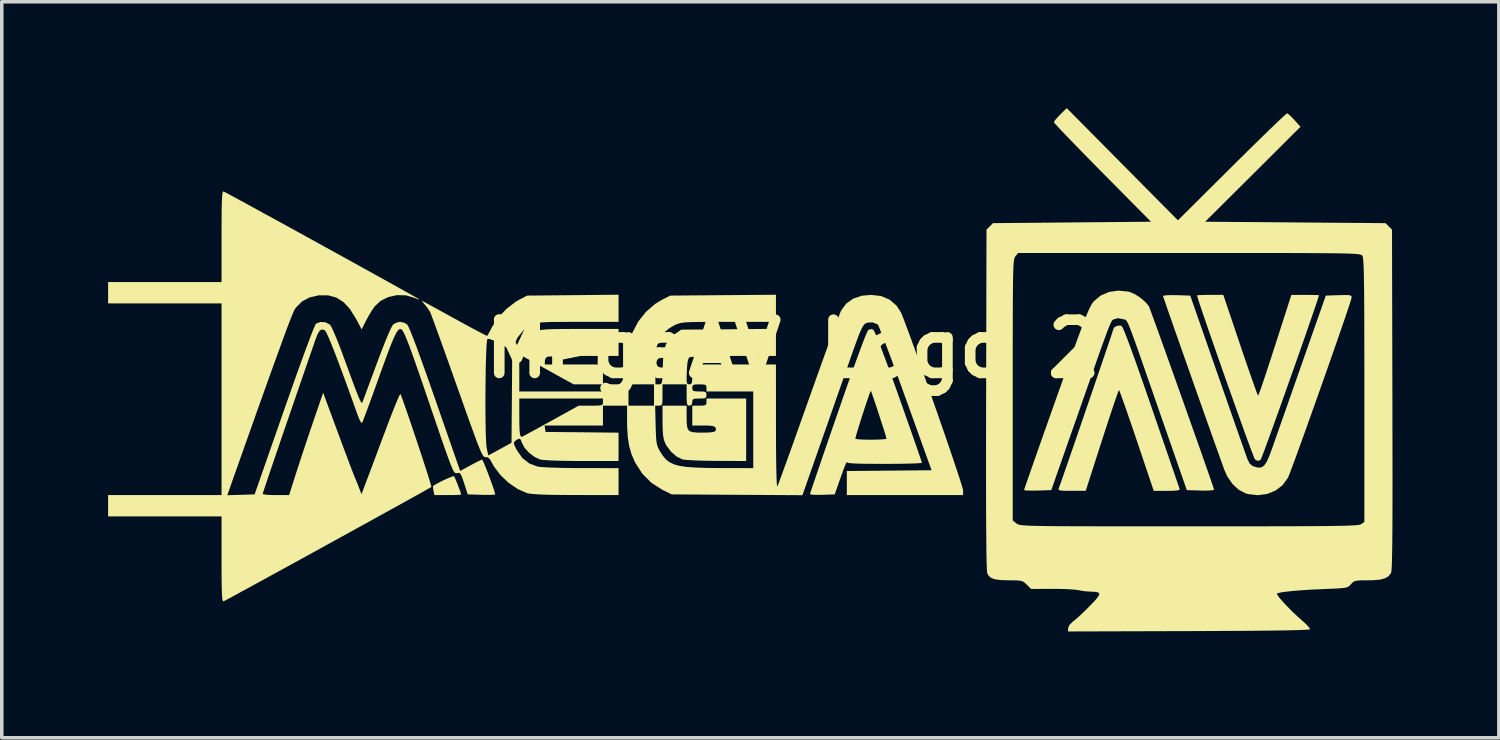
<source format=kicad_pcb>
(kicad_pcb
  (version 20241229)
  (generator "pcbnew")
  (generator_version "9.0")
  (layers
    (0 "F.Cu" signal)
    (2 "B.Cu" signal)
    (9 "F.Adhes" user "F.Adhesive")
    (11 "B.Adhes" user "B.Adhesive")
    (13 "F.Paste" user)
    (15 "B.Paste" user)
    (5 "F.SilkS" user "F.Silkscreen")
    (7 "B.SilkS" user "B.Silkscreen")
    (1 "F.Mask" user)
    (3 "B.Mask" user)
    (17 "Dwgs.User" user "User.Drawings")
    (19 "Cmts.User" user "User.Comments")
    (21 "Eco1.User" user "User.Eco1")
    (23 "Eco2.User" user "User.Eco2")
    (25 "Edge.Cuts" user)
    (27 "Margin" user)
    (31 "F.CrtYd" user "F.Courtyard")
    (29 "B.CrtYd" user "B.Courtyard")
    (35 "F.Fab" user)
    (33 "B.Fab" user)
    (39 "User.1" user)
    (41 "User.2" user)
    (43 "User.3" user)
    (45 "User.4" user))
  (footprint "MegaAV Logo 2"
    (layer "F.Cu")
    (at 19.32 6.791)
    (property "Reference" "MegaAV Logo 2" (at 0 0 0) (layer "F.SilkS") (effects (font (size 1.5 1.5) (thickness 0.3))))
    (attr board_only exclude_from_pos_files exclude_from_bom)
    (fp_poly (pts (xy -9.561 3.593) (xy -9.536 3.642) (xy -9.494 3.74) (xy -9.446 3.862) (xy -9.401 3.981) (xy -9.369 4.073) (xy -9.36 4.11) (xy -9.397 4.117) (xy -9.497 4.123) (xy -9.641 4.126) (xy -9.737 4.126) (xy -10.114 4.126) (xy -10.141 4.003) (xy -10.155 3.915) (xy -10.154 3.871) (xy -10.154 3.87) (xy -10.071 3.817) (xy -9.954 3.755) (xy -9.824 3.691) (xy -9.702 3.637) (xy -9.608 3.601) (xy -9.562 3.593)) (stroke (width 0) (type solid)) (fill yes) (layer "F.SilkS"))
    (fp_poly (pts (xy -1.32 2.284) (xy -1.32 3.165) (xy -2.15 3.161) (xy -2.409 3.158) (xy -2.649 3.152) (xy -2.856 3.143) (xy -3.014 3.133) (xy -3.11 3.121) (xy -3.12 3.118) (xy -3.283 3.038) (xy -3.441 2.901) (xy -3.569 2.73) (xy -3.604 2.664) (xy -3.64 2.567) (xy -3.662 2.449) (xy -3.675 2.291) (xy -3.679 2.073) (xy -3.679 2.053) (xy -3.68 1.603) (xy -3.34 1.603) (xy -3 1.603) (xy -3 1.906) (xy -2.997 2.103) (xy -2.978 2.233) (xy -2.932 2.311) (xy -2.844 2.349) (xy -2.702 2.362) (xy -2.561 2.364) (xy -2.371 2.36) (xy -2.251 2.347) (xy -2.188 2.32) (xy -2.172 2.275) (xy -2.184 2.227) (xy -2.213 2.194) (xy -2.28 2.174) (xy -2.399 2.165) (xy -2.524 2.163) (xy -2.84 2.163) (xy -2.84 1.883) (xy -2.84 1.603) (xy -2.64 1.603) (xy -2.521 1.599) (xy -2.462 1.583) (xy -2.442 1.543) (xy -2.44 1.502) (xy -2.44 1.402) (xy -1.88 1.402) (xy -1.32 1.402)) (stroke (width 0) (type solid)) (fill yes) (layer "F.SilkS"))
    (fp_poly (pts (xy 12.62 -0.101) (xy 12.729 0.22) (xy 12.83 0.515) (xy 12.921 0.776) (xy 12.999 0.996) (xy 13.06 1.166) (xy 13.102 1.277) (xy 13.122 1.321) (xy 13.123 1.322) (xy 13.14 1.285) (xy 13.179 1.18) (xy 13.236 1.016) (xy 13.309 0.801) (xy 13.394 0.542) (xy 13.49 0.249) (xy 13.593 -0.07) (xy 13.603 -0.099) (xy 14.06 -1.521) (xy 14.45 -1.522) (xy 14.615 -1.521) (xy 14.746 -1.519) (xy 14.824 -1.515) (xy 14.839 -1.512) (xy 14.824 -1.459) (xy 14.786 -1.338) (xy 14.726 -1.16) (xy 14.648 -0.932) (xy 14.554 -0.661) (xy 14.448 -0.355) (xy 14.332 -0.023) (xy 14.209 0.327) (xy 14.081 0.688) (xy 13.952 1.051) (xy 13.825 1.41) (xy 13.702 1.754) (xy 13.585 2.078) (xy 13.479 2.373) (xy 13.385 2.63) (xy 13.307 2.842) (xy 13.247 3.001) (xy 13.208 3.1) (xy 13.194 3.129) (xy 13.127 3.161) (xy 13.069 3.143) (xy 13.031 3.115) (xy 13.011 3.073) (xy 12.968 2.962) (xy 12.904 2.793) (xy 12.822 2.571) (xy 12.726 2.306) (xy 12.618 2.005) (xy 12.5 1.676) (xy 12.376 1.328) (xy 12.248 0.968) (xy 12.12 0.605) (xy 11.994 0.246) (xy 11.873 -0.101) (xy 11.759 -0.427) (xy 11.657 -0.725) (xy 11.567 -0.987) (xy 11.494 -1.204) (xy 11.44 -1.368) (xy 11.408 -1.473) (xy 11.4 -1.507) (xy 11.437 -1.514) (xy 11.537 -1.519) (xy 11.681 -1.522) (xy 11.77 -1.522) (xy 12.141 -1.522)) (stroke (width 0) (type solid)) (fill yes) (layer "F.SilkS"))
    (fp_poly (pts (xy 9.27 -0.646) (xy 9.298 -0.604) (xy 9.348 -0.494) (xy 9.419 -0.316) (xy 9.512 -0.068) (xy 9.627 0.25) (xy 9.766 0.641) (xy 9.928 1.105) (xy 10.115 1.645) (xy 10.116 1.649) (xy 10.256 2.056) (xy 10.389 2.442) (xy 10.512 2.799) (xy 10.622 3.12) (xy 10.718 3.399) (xy 10.797 3.629) (xy 10.857 3.803) (xy 10.896 3.914) (xy 10.91 3.956) (xy 10.899 3.981) (xy 10.836 3.996) (xy 10.711 4.004) (xy 10.553 4.006) (xy 10.178 4.006) (xy 9.699 2.585) (xy 9.591 2.264) (xy 9.489 1.969) (xy 9.399 1.708) (xy 9.321 1.488) (xy 9.26 1.318) (xy 9.218 1.207) (xy 9.198 1.163) (xy 9.197 1.162) (xy 9.18 1.199) (xy 9.142 1.304) (xy 9.085 1.468) (xy 9.012 1.683) (xy 8.926 1.942) (xy 8.83 2.234) (xy 8.727 2.553) (xy 8.717 2.583) (xy 8.26 4.004) (xy 7.866 4.005) (xy 7.686 4.005) (xy 7.572 4) (xy 7.512 3.988) (xy 7.492 3.967) (xy 7.498 3.936) (xy 7.526 3.86) (xy 7.576 3.72) (xy 7.644 3.524) (xy 7.728 3.281) (xy 7.826 2.999) (xy 7.934 2.686) (xy 8.05 2.35) (xy 8.17 1.998) (xy 8.293 1.64) (xy 8.416 1.283) (xy 8.535 0.935) (xy 8.647 0.605) (xy 8.751 0.3) (xy 8.843 0.029) (xy 8.921 -0.2) (xy 8.982 -0.38) (xy 9.022 -0.502) (xy 9.039 -0.558) (xy 9.04 -0.56) (xy 9.074 -0.615) (xy 9.152 -0.652) (xy 9.24 -0.657)) (stroke (width 0) (type solid)) (fill yes) (layer "F.SilkS"))
    (fp_poly (pts (xy 15.675 -1.516) (xy 15.733 -1.504) (xy 15.756 -1.48) (xy 15.76 -1.444) (xy 15.747 -1.393) (xy 15.709 -1.274) (xy 15.65 -1.095) (xy 15.572 -0.863) (xy 15.477 -0.588) (xy 15.369 -0.275) (xy 15.25 0.066) (xy 15.123 0.429) (xy 14.99 0.806) (xy 14.855 1.188) (xy 14.72 1.569) (xy 14.587 1.94) (xy 14.461 2.294) (xy 14.342 2.624) (xy 14.235 2.92) (xy 14.141 3.176) (xy 14.063 3.385) (xy 14.005 3.537) (xy 13.969 3.626) (xy 13.963 3.639) (xy 13.815 3.844) (xy 13.616 3.997) (xy 13.378 4.094) (xy 13.117 4.129) (xy 12.845 4.098) (xy 12.766 4.075) (xy 12.574 3.975) (xy 12.398 3.811) (xy 12.251 3.597) (xy 12.174 3.425) (xy 12.102 3.227) (xy 12.014 2.979) (xy 11.91 2.69) (xy 11.796 2.367) (xy 11.672 2.018) (xy 11.541 1.65) (xy 11.407 1.271) (xy 11.272 0.888) (xy 11.138 0.509) (xy 11.009 0.142) (xy 10.886 -0.207) (xy 10.773 -0.529) (xy 10.672 -0.817) (xy 10.586 -1.064) (xy 10.518 -1.261) (xy 10.469 -1.402) (xy 10.443 -1.479) (xy 10.44 -1.491) (xy 10.477 -1.505) (xy 10.577 -1.513) (xy 10.722 -1.516) (xy 10.824 -1.514) (xy 11.208 -1.502) (xy 11.983 0.721) (xy 12.126 1.13) (xy 12.262 1.52) (xy 12.389 1.884) (xy 12.505 2.214) (xy 12.607 2.505) (xy 12.693 2.748) (xy 12.759 2.935) (xy 12.803 3.061) (xy 12.822 3.113) (xy 12.882 3.234) (xy 12.963 3.302) (xy 13.017 3.324) (xy 13.128 3.351) (xy 13.217 3.344) (xy 13.293 3.293) (xy 13.363 3.19) (xy 13.437 3.026) (xy 13.518 2.809) (xy 13.564 2.678) (xy 13.633 2.48) (xy 13.722 2.226) (xy 13.828 1.926) (xy 13.947 1.587) (xy 14.075 1.222) (xy 14.21 0.838) (xy 14.348 0.445) (xy 14.356 0.421) (xy 15.032 -1.502) (xy 15.396 -1.514) (xy 15.568 -1.518)) (stroke (width 0) (type solid)) (fill yes) (layer "F.SilkS"))
    (fp_poly (pts (xy 2.268 -0.538) (xy 2.297 -0.49) (xy 2.351 -0.37) (xy 2.427 -0.182) (xy 2.523 0.069) (xy 2.639 0.379) (xy 2.773 0.745) (xy 2.922 1.162) (xy 2.987 1.345) (xy 3.116 1.711) (xy 3.237 2.054) (xy 3.347 2.366) (xy 3.443 2.641) (xy 3.523 2.871) (xy 3.584 3.048) (xy 3.623 3.165) (xy 3.639 3.214) (xy 3.639 3.215) (xy 3.601 3.223) (xy 3.493 3.23) (xy 3.327 3.236) (xy 3.111 3.241) (xy 2.857 3.244) (xy 2.58 3.245) (xy 2.246 3.244) (xy 1.984 3.242) (xy 1.789 3.237) (xy 1.651 3.229) (xy 1.566 3.219) (xy 1.524 3.205) (xy 1.518 3.195) (xy 1.505 3.211) (xy 1.471 3.291) (xy 1.42 3.421) (xy 1.359 3.591) (xy 1.347 3.626) (xy 1.178 4.106) (xy 0.829 4.118) (xy 0.673 4.12) (xy 0.554 4.115) (xy 0.488 4.104) (xy 0.481 4.098) (xy 0.493 4.055) (xy 0.53 3.944) (xy 0.589 3.77) (xy 0.667 3.54) (xy 0.762 3.262) (xy 0.872 2.94) (xy 0.995 2.583) (xy 1.012 2.534) (xy 1.76 2.534) (xy 1.797 2.546) (xy 1.898 2.556) (xy 2.047 2.562) (xy 2.2 2.564) (xy 2.377 2.561) (xy 2.519 2.555) (xy 2.612 2.544) (xy 2.639 2.534) (xy 2.627 2.485) (xy 2.595 2.377) (xy 2.547 2.225) (xy 2.488 2.043) (xy 2.424 1.846) (xy 2.36 1.651) (xy 2.3 1.472) (xy 2.249 1.325) (xy 2.213 1.224) (xy 2.197 1.185) (xy 2.181 1.216) (xy 2.146 1.309) (xy 2.098 1.449) (xy 2.039 1.623) (xy 1.977 1.814) (xy 1.914 2.008) (xy 1.857 2.192) (xy 1.809 2.35) (xy 1.775 2.468) (xy 1.76 2.53) (xy 1.76 2.534) (xy 1.012 2.534) (xy 1.128 2.197) (xy 1.27 1.789) (xy 1.271 1.787) (xy 1.458 1.246) (xy 1.624 0.776) (xy 1.768 0.375) (xy 1.888 0.046) (xy 1.985 -0.211) (xy 2.059 -0.395) (xy 2.108 -0.504) (xy 2.13 -0.537) (xy 2.218 -0.559)) (stroke (width 0) (type solid)) (fill yes) (layer "F.SilkS"))
    (fp_poly (pts (xy 9.45 -1.616) (xy 9.526 -1.596) (xy 9.659 -1.535) (xy 9.807 -1.437) (xy 9.94 -1.323) (xy 10.032 -1.215) (xy 10.042 -1.198) (xy 10.062 -1.148) (xy 10.106 -1.03) (xy 10.171 -0.853) (xy 10.254 -0.624) (xy 10.353 -0.35) (xy 10.465 -0.039) (xy 10.586 0.301) (xy 10.716 0.663) (xy 10.85 1.04) (xy 10.986 1.423) (xy 11.122 1.806) (xy 11.255 2.18) (xy 11.382 2.539) (xy 11.5 2.874) (xy 11.607 3.179) (xy 11.7 3.445) (xy 11.777 3.665) (xy 11.834 3.832) (xy 11.869 3.938) (xy 11.88 3.974) (xy 11.843 3.988) (xy 11.743 3.997) (xy 11.598 4) (xy 11.496 3.998) (xy 11.111 3.986) (xy 10.336 1.763) (xy 10.161 1.259) (xy 10.01 0.826) (xy 9.882 0.458) (xy 9.774 0.149) (xy 9.684 -0.106) (xy 9.61 -0.311) (xy 9.55 -0.473) (xy 9.503 -0.597) (xy 9.465 -0.687) (xy 9.434 -0.75) (xy 9.409 -0.791) (xy 9.388 -0.814) (xy 9.368 -0.826) (xy 9.347 -0.831) (xy 9.324 -0.835) (xy 9.303 -0.84) (xy 9.172 -0.864) (xy 9.068 -0.838) (xy 9.05 -0.831) (xy 9.034 -0.824) (xy 9.019 -0.814) (xy 9.002 -0.795) (xy 8.982 -0.762) (xy 8.957 -0.711) (xy 8.925 -0.636) (xy 8.884 -0.533) (xy 8.833 -0.398) (xy 8.77 -0.225) (xy 8.692 -0.01) (xy 8.599 0.252) (xy 8.488 0.567) (xy 8.358 0.938) (xy 8.206 1.37) (xy 8.031 1.869) (xy 7.843 2.404) (xy 7.288 3.986) (xy 6.904 3.998) (xy 6.74 4) (xy 6.611 3.997) (xy 6.534 3.989) (xy 6.52 3.982) (xy 6.533 3.94) (xy 6.571 3.829) (xy 6.631 3.656) (xy 6.712 3.425) (xy 6.81 3.144) (xy 6.925 2.818) (xy 7.053 2.455) (xy 7.193 2.059) (xy 7.342 1.638) (xy 7.43 1.39) (xy 7.611 0.882) (xy 7.767 0.443) (xy 7.902 0.068) (xy 8.016 -0.247) (xy 8.113 -0.509) (xy 8.194 -0.724) (xy 8.261 -0.896) (xy 8.317 -1.032) (xy 8.364 -1.137) (xy 8.404 -1.217) (xy 8.439 -1.277) (xy 8.472 -1.322) (xy 8.49 -1.344) (xy 8.682 -1.504) (xy 8.916 -1.605) (xy 9.177 -1.643)) (stroke (width 0) (type solid)) (fill yes) (layer "F.SilkS"))
    (fp_poly (pts (xy 9.292 -5.208) (xy 10.86 -3.626) (xy 12.38 -5.137) (xy 12.669 -5.423) (xy 12.941 -5.692) (xy 13.192 -5.937) (xy 13.415 -6.155) (xy 13.606 -6.339) (xy 13.759 -6.484) (xy 13.869 -6.586) (xy 13.93 -6.638) (xy 13.94 -6.645) (xy 13.986 -6.616) (xy 14.065 -6.542) (xy 14.149 -6.453) (xy 14.318 -6.264) (xy 12.974 -4.925) (xy 11.629 -3.586) (xy 14.174 -3.566) (xy 16.718 -3.546) (xy 16.809 -3.454) (xy 16.9 -3.363) (xy 16.911 1.433) (xy 16.912 2.188) (xy 16.913 2.865) (xy 16.914 3.47) (xy 16.914 4.005) (xy 16.913 4.474) (xy 16.912 4.881) (xy 16.91 5.229) (xy 16.907 5.522) (xy 16.903 5.764) (xy 16.899 5.957) (xy 16.894 6.106) (xy 16.888 6.213) (xy 16.881 6.284) (xy 16.874 6.32) (xy 16.872 6.323) (xy 16.804 6.414) (xy 16.703 6.475) (xy 16.557 6.512) (xy 16.351 6.528) (xy 16.22 6.53) (xy 16.041 6.531) (xy 15.923 6.538) (xy 15.848 6.554) (xy 15.796 6.584) (xy 15.748 6.633) (xy 15.742 6.64) (xy 15.706 6.68) (xy 15.668 6.71) (xy 15.616 6.731) (xy 15.537 6.746) (xy 15.418 6.756) (xy 15.247 6.766) (xy 15.011 6.775) (xy 14.954 6.778) (xy 14.638 6.792) (xy 14.349 6.811) (xy 14.097 6.831) (xy 13.892 6.853) (xy 13.744 6.876) (xy 13.662 6.898) (xy 13.653 6.905) (xy 13.666 6.944) (xy 13.727 7.026) (xy 13.825 7.139) (xy 13.949 7.271) (xy 14.087 7.411) (xy 14.229 7.546) (xy 14.351 7.654) (xy 14.465 7.757) (xy 14.548 7.844) (xy 14.587 7.901) (xy 14.588 7.91) (xy 14.554 7.918) (xy 14.458 7.926) (xy 14.298 7.933) (xy 14.071 7.939) (xy 13.776 7.945) (xy 13.41 7.949) (xy 12.973 7.954) (xy 12.462 7.957) (xy 11.874 7.96) (xy 11.209 7.963) (xy 11.167 7.963) (xy 7.76 7.973) (xy 7.761 7.883) (xy 7.799 7.79) (xy 7.908 7.684) (xy 7.923 7.673) (xy 8.02 7.593) (xy 8.151 7.473) (xy 8.297 7.332) (xy 8.389 7.239) (xy 8.533 7.087) (xy 8.618 6.98) (xy 8.644 6.912) (xy 8.612 6.872) (xy 8.522 6.855) (xy 8.4 6.85) (xy 8.243 6.84) (xy 8.087 6.815) (xy 8.06 6.809) (xy 7.962 6.795) (xy 7.804 6.783) (xy 7.605 6.775) (xy 7.383 6.771) (xy 7.308 6.771) (xy 6.717 6.774) (xy 6.595 6.652) (xy 6.535 6.595) (xy 6.478 6.559) (xy 6.404 6.54) (xy 6.293 6.532) (xy 6.125 6.53) (xy 6.099 6.53) (xy 5.866 6.524) (xy 5.699 6.502) (xy 5.586 6.46) (xy 5.514 6.394) (xy 5.482 6.335) (xy 5.475 6.287) (xy 5.469 6.18) (xy 5.463 6.011) (xy 5.458 5.779) (xy 5.455 5.481) (xy 5.452 5.117) (xy 5.449 4.683) (xy 5.448 4.179) (xy 5.447 3.602) (xy 5.447 2.951) (xy 5.448 2.223) (xy 5.449 1.433) (xy 5.45 1.126) (xy 6.2 1.126) (xy 6.2 1.163) (xy 6.2 4.842) (xy 6.305 4.925) (xy 6.322 4.937) (xy 6.341 4.949) (xy 6.367 4.958) (xy 6.405 4.967) (xy 6.458 4.975) (xy 6.531 4.981) (xy 6.628 4.987) (xy 6.754 4.992) (xy 6.913 4.996) (xy 7.109 4.999) (xy 7.347 5.002) (xy 7.63 5.004) (xy 7.964 5.005) (xy 8.352 5.006) (xy 8.8 5.007) (xy 9.31 5.008) (xy 9.888 5.008) (xy 10.537 5.008) (xy 11.176 5.008) (xy 11.9 5.008) (xy 12.548 5.008) (xy 13.124 5.007) (xy 13.633 5.006) (xy 14.079 5.005) (xy 14.465 5.003) (xy 14.797 5.001) (xy 15.079 4.999) (xy 15.314 4.995) (xy 15.507 4.992) (xy 15.663 4.987) (xy 15.784 4.982) (xy 15.876 4.976) (xy 15.943 4.969) (xy 15.989 4.961) (xy 16.018 4.952) (xy 16.031 4.946) (xy 16.12 4.883) (xy 16.12 1.167) (xy 16.12 0.525) (xy 16.119 -0.041) (xy 16.118 -0.536) (xy 16.117 -0.965) (xy 16.115 -1.333) (xy 16.113 -1.643) (xy 16.109 -1.902) (xy 16.105 -2.112) (xy 16.101 -2.279) (xy 16.095 -2.407) (xy 16.088 -2.502) (xy 16.081 -2.567) (xy 16.072 -2.608) (xy 16.063 -2.626) (xy 16.053 -2.638) (xy 16.038 -2.649) (xy 16.014 -2.658) (xy 15.976 -2.666) (xy 15.921 -2.673) (xy 15.844 -2.679) (xy 15.74 -2.685) (xy 15.606 -2.689) (xy 15.438 -2.693) (xy 15.23 -2.696) (xy 14.979 -2.698) (xy 14.681 -2.7) (xy 14.331 -2.702) (xy 13.924 -2.703) (xy 13.458 -2.704) (xy 12.927 -2.704) (xy 12.328 -2.704) (xy 11.655 -2.704) (xy 11.18 -2.704) (xy 6.353 -2.704) (xy 6.276 -2.61) (xy 6.263 -2.591) (xy 6.252 -2.568) (xy 6.242 -2.533) (xy 6.233 -2.483) (xy 6.226 -2.413) (xy 6.22 -2.317) (xy 6.215 -2.191) (xy 6.211 -2.03) (xy 6.207 -1.828) (xy 6.205 -1.581) (xy 6.203 -1.284) (xy 6.202 -0.932) (xy 6.201 -0.52) (xy 6.2 -0.043) (xy 6.2 0.504) (xy 6.2 1.126) (xy 5.45 1.126) (xy 5.46 -3.363) (xy 5.551 -3.454) (xy 5.642 -3.546) (xy 7.871 -3.566) (xy 10.1 -3.586) (xy 8.73 -4.97) (xy 8.458 -5.246) (xy 8.204 -5.505) (xy 7.973 -5.742) (xy 7.771 -5.951) (xy 7.603 -6.126) (xy 7.475 -6.262) (xy 7.392 -6.353) (xy 7.36 -6.393) (xy 7.36 -6.394) (xy 7.387 -6.441) (xy 7.456 -6.523) (xy 7.542 -6.612) (xy 7.723 -6.791)) (stroke (width 0) (type solid)) (fill yes) (layer "F.SilkS"))
    (fp_poly (pts (xy -16.024 -4.419) (xy -15.917 -4.363) (xy -15.754 -4.275) (xy -15.54 -4.159) (xy -15.283 -4.019) (xy -14.988 -3.857) (xy -14.662 -3.679) (xy -14.313 -3.487) (xy -13.946 -3.286) (xy -13.567 -3.077) (xy -13.185 -2.866) (xy -12.804 -2.656) (xy -12.432 -2.451) (xy -12.075 -2.253) (xy -11.739 -2.067) (xy -11.432 -1.897) (xy -11.16 -1.745) (xy -10.929 -1.616) (xy -10.745 -1.513) (xy -10.616 -1.44) (xy -10.549 -1.4) (xy -10.54 -1.394) (xy -10.549 -1.388) (xy -10.614 -1.411) (xy -10.68 -1.439) (xy -10.919 -1.509) (xy -11.169 -1.515) (xy -11.413 -1.462) (xy -11.629 -1.355) (xy -11.791 -1.207) (xy -11.873 -1.091) (xy -11.966 -0.938) (xy -12.039 -0.804) (xy -12.167 -0.549) (xy -12.325 -0.845) (xy -12.495 -1.119) (xy -12.677 -1.317) (xy -12.879 -1.445) (xy -13.109 -1.508) (xy -13.37 -1.511) (xy -13.63 -1.453) (xy -13.851 -1.336) (xy -14.021 -1.165) (xy -14.059 -1.106) (xy -14.086 -1.051) (xy -14.128 -0.953) (xy -14.185 -0.809) (xy -14.259 -0.616) (xy -14.35 -0.372) (xy -14.459 -0.074) (xy -14.588 0.282) (xy -14.738 0.697) (xy -14.909 1.175) (xy -15.103 1.717) (xy -15.32 2.328) (xy -15.562 3.01) (xy -15.763 3.577) (xy -15.958 4.129) (xy -15.573 4.118) (xy -15.187 4.106) (xy -14.355 1.723) (xy -14.184 1.237) (xy -14.028 0.795) (xy -13.886 0.402) (xy -13.762 0.061) (xy -13.656 -0.223) (xy -13.571 -0.446) (xy -13.507 -0.604) (xy -13.466 -0.693) (xy -13.454 -0.711) (xy -13.329 -0.758) (xy -13.189 -0.749) (xy -13.07 -0.688) (xy -13.053 -0.671) (xy -13.015 -0.607) (xy -12.956 -0.48) (xy -12.881 -0.303) (xy -12.796 -0.09) (xy -12.706 0.147) (xy -12.687 0.2) (xy -12.555 0.56) (xy -12.448 0.851) (xy -12.363 1.08) (xy -12.296 1.253) (xy -12.246 1.377) (xy -12.209 1.459) (xy -12.183 1.505) (xy -12.165 1.522) (xy -12.152 1.516) (xy -12.143 1.498) (xy -12.122 1.442) (xy -12.076 1.32) (xy -12.011 1.145) (xy -11.93 0.927) (xy -11.837 0.676) (xy -11.736 0.403) (xy -11.735 0.401) (xy -11.61 0.068) (xy -11.5 -0.212) (xy -11.408 -0.433) (xy -11.336 -0.59) (xy -11.286 -0.677) (xy -11.274 -0.691) (xy -11.17 -0.745) (xy -11.08 -0.761) (xy -10.965 -0.736) (xy -10.887 -0.691) (xy -10.853 -0.636) (xy -10.796 -0.51) (xy -10.717 -0.312) (xy -10.614 -0.04) (xy -10.488 0.305) (xy -10.338 0.724) (xy -10.164 1.219) (xy -10.096 1.413) (xy -9.388 3.446) (xy -9.096 3.286) (xy -8.958 3.212) (xy -8.845 3.156) (xy -8.778 3.127) (xy -8.769 3.125) (xy -8.747 3.16) (xy -8.705 3.254) (xy -8.65 3.389) (xy -8.589 3.548) (xy -8.527 3.714) (xy -8.471 3.871) (xy -8.427 4) (xy -8.403 4.086) (xy -8.4 4.105) (xy -8.437 4.114) (xy -8.537 4.12) (xy -8.682 4.12) (xy -8.788 4.118) (xy -9.175 4.106) (xy -9.276 3.795) (xy -9.328 3.641) (xy -9.366 3.55) (xy -9.401 3.508) (xy -9.442 3.499) (xy -9.479 3.505) (xy -9.501 3.508) (xy -9.523 3.504) (xy -9.545 3.488) (xy -9.571 3.452) (xy -9.603 3.391) (xy -9.642 3.298) (xy -9.692 3.169) (xy -9.755 2.997) (xy -9.834 2.775) (xy -9.93 2.499) (xy -10.045 2.161) (xy -10.184 1.757) (xy -10.258 1.537) (xy -10.415 1.079) (xy -10.548 0.692) (xy -10.661 0.369) (xy -10.755 0.105) (xy -10.832 -0.105) (xy -10.896 -0.267) (xy -10.947 -0.388) (xy -10.988 -0.472) (xy -11.022 -0.525) (xy -11.05 -0.553) (xy -11.074 -0.561) (xy -11.075 -0.561) (xy -11.11 -0.55) (xy -11.148 -0.514) (xy -11.192 -0.446) (xy -11.246 -0.339) (xy -11.312 -0.186) (xy -11.393 0.02) (xy -11.492 0.285) (xy -11.612 0.615) (xy -11.679 0.801) (xy -11.787 1.103) (xy -11.888 1.381) (xy -11.978 1.626) (xy -12.053 1.829) (xy -12.111 1.98) (xy -12.148 2.072) (xy -12.159 2.095) (xy -12.185 2.077) (xy -12.227 2) (xy -12.276 1.879) (xy -12.278 1.875) (xy -12.464 1.354) (xy -12.632 0.891) (xy -12.781 0.49) (xy -12.909 0.151) (xy -13.017 -0.122) (xy -13.102 -0.326) (xy -13.164 -0.46) (xy -13.202 -0.521) (xy -13.205 -0.524) (xy -13.283 -0.547) (xy -13.347 -0.517) (xy -13.406 -0.424) (xy -13.467 -0.27) (xy -13.614 0.154) (xy -13.764 0.587) (xy -13.914 1.023) (xy -14.063 1.455) (xy -14.208 1.876) (xy -14.347 2.28) (xy -14.477 2.66) (xy -14.596 3.01) (xy -14.703 3.322) (xy -14.794 3.59) (xy -14.867 3.808) (xy -14.921 3.969) (xy -14.952 4.065) (xy -14.96 4.092) (xy -14.923 4.107) (xy -14.823 4.119) (xy -14.679 4.125) (xy -14.587 4.126) (xy -14.214 4.126) (xy -14.021 3.519) (xy -13.945 3.286) (xy -13.852 3) (xy -13.748 2.687) (xy -13.642 2.371) (xy -13.541 2.077) (xy -13.541 2.075) (xy -13.254 1.238) (xy -12.842 2.352) (xy -12.735 2.64) (xy -12.635 2.908) (xy -12.545 3.147) (xy -12.471 3.344) (xy -12.414 3.491) (xy -12.381 3.575) (xy -12.377 3.586) (xy -12.33 3.696) (xy -12.273 3.837) (xy -12.248 3.903) (xy -12.172 4.1) (xy -12.052 3.783) (xy -12.006 3.662) (xy -11.937 3.479) (xy -11.85 3.247) (xy -11.75 2.98) (xy -11.642 2.69) (xy -11.53 2.39) (xy -11.516 2.355) (xy -11.411 2.076) (xy -11.314 1.825) (xy -11.229 1.611) (xy -11.159 1.441) (xy -11.108 1.326) (xy -11.079 1.275) (xy -11.076 1.273) (xy -11.055 1.319) (xy -11.013 1.429) (xy -10.955 1.593) (xy -10.883 1.8) (xy -10.801 2.039) (xy -10.713 2.3) (xy -10.621 2.572) (xy -10.531 2.844) (xy -10.444 3.107) (xy -10.366 3.348) (xy -10.298 3.558) (xy -10.246 3.727) (xy -10.212 3.842) (xy -10.2 3.895) (xy -10.2 3.896) (xy -10.24 3.92) (xy -10.344 3.979) (xy -10.505 4.07) (xy -10.718 4.188) (xy -10.975 4.331) (xy -11.271 4.494) (xy -11.598 4.675) (xy -11.952 4.871) (xy -12.325 5.076) (xy -12.711 5.289) (xy -13.104 5.505) (xy -13.497 5.722) (xy -13.885 5.935) (xy -14.26 6.141) (xy -14.617 6.336) (xy -14.949 6.518) (xy -15.25 6.683) (xy -15.513 6.826) (xy -15.733 6.946) (xy -15.902 7.038) (xy -16.015 7.098) (xy -16.065 7.124) (xy -16.067 7.124) (xy -16.082 7.115) (xy -16.095 7.074) (xy -16.104 6.995) (xy -16.111 6.869) (xy -16.116 6.689) (xy -16.119 6.448) (xy -16.12 6.138) (xy -16.12 5.932) (xy -16.12 4.727) (xy -17.72 4.727) (xy -19.32 4.727) (xy -19.32 4.427) (xy -19.32 4.126) (xy -17.72 4.126) (xy -16.12 4.126) (xy -16.12 1.422) (xy -16.12 -1.282) (xy -17.72 -1.282) (xy -19.32 -1.282) (xy -19.32 -1.582) (xy -19.32 -1.883) (xy -17.72 -1.883) (xy -16.12 -1.883) (xy -16.12 -3.168) (xy -16.119 -3.532) (xy -16.118 -3.823) (xy -16.114 -4.048) (xy -16.109 -4.215) (xy -16.102 -4.33) (xy -16.092 -4.401) (xy -16.079 -4.435) (xy -16.067 -4.44)) (stroke (width 0) (type solid)) (fill yes) (layer "F.SilkS"))
    (fp_poly (pts (xy -4.92 -1.144) (xy -4.92 -0.761) (xy -6.05 -0.761) (xy -6.381 -0.76) (xy -6.642 -0.759) (xy -6.844 -0.757) (xy -6.996 -0.751) (xy -7.11 -0.743) (xy -7.196 -0.731) (xy -7.263 -0.715) (xy -7.323 -0.693) (xy -7.385 -0.665) (xy -7.605 -0.52) (xy -7.77 -0.318) (xy -7.856 -0.13) (xy -7.89 -0.026) (xy -7.89 0.033) (xy -7.852 0.074) (xy -7.817 0.098) (xy -7.778 0.128) (xy -7.75 0.164) (xy -7.734 0.221) (xy -7.724 0.314) (xy -7.721 0.458) (xy -7.72 0.666) (xy -7.72 0.682) (xy -7.72 1.202) (xy -6.54 1.202) (xy -5.36 1.202) (xy -5.36 1.102) (xy -5.36 1.002) (xy -5.774 1.002) (xy -6.187 1.002) (xy -6.951 0.58) (xy -7.714 0.158) (xy -7.678 0.033) (xy -7.589 -0.164) (xy -7.451 -0.34) (xy -7.286 -0.467) (xy -7.263 -0.479) (xy -7.208 -0.504) (xy -7.148 -0.523) (xy -7.074 -0.537) (xy -6.975 -0.547) (xy -6.841 -0.554) (xy -6.661 -0.558) (xy -6.425 -0.56) (xy -6.123 -0.561) (xy -6.007 -0.561) (xy -4.92 -0.561) (xy -4.92 -0.18) (xy -4.92 0.2) (xy -5.897 0.2) (xy -6.171 0.201) (xy -6.421 0.204) (xy -6.634 0.208) (xy -6.8 0.214) (xy -6.905 0.22) (xy -6.937 0.225) (xy -6.986 0.279) (xy -7 0.345) (xy -7 0.441) (xy -6.18 0.441) (xy -5.36 0.441) (xy -5.36 0.721) (xy -5.36 1.002) (xy -5.02 1.002) (xy -4.68 1.002) (xy -4.68 0.568) (xy -4.676 0.359) (xy -4.664 0.15) (xy -4.648 -0.027) (xy -4.636 -0.103) (xy -4.536 -0.443) (xy -4.369 -0.762) (xy -4.147 -1.043) (xy -3.88 -1.273) (xy -3.694 -1.384) (xy -3.46 -1.502) (xy -1.97 -1.514) (xy -0.48 -1.526) (xy -0.48 -1.144) (xy -0.48 -0.761) (xy -1.81 -0.761) (xy -2.171 -0.761) (xy -2.462 -0.76) (xy -2.691 -0.758) (xy -2.868 -0.754) (xy -3.002 -0.748) (xy -3.102 -0.739) (xy -3.178 -0.726) (xy -3.239 -0.709) (xy -3.294 -0.688) (xy -3.345 -0.665) (xy -3.483 -0.584) (xy -3.606 -0.485) (xy -3.653 -0.433) (xy -3.744 -0.303) (xy -3.807 -0.176) (xy -3.848 -0.035) (xy -3.87 0.139) (xy -3.879 0.365) (xy -3.88 0.5) (xy -3.88 1.002) (xy -3.783 1.002) (xy -3.743 0.999) (xy -3.715 0.983) (xy -3.697 0.941) (xy -3.686 0.858) (xy -3.679 0.722) (xy -3.674 0.52) (xy -3.673 0.511) (xy -3.66 0.238) (xy -3.631 0.03) (xy -3.582 -0.129) (xy -3.507 -0.254) (xy -3.401 -0.362) (xy -3.323 -0.421) (xy -3.153 -0.541) (xy -1.817 -0.552) (xy -0.48 -0.564) (xy -0.48 -0.182) (xy -0.48 0.2) (xy -1.67 0.201) (xy -1.989 0.202) (xy -2.276 0.206) (xy -2.522 0.212) (xy -2.717 0.219) (xy -2.852 0.228) (xy -2.917 0.238) (xy -2.92 0.24) (xy -2.952 0.285) (xy -2.975 0.38) (xy -2.989 0.538) (xy -2.994 0.64) (xy -3 0.811) (xy -2.998 0.917) (xy -2.987 0.974) (xy -2.962 0.997) (xy -2.924 1.002) (xy -2.88 0.995) (xy -2.855 0.963) (xy -2.843 0.89) (xy -2.84 0.757) (xy -2.84 0.721) (xy -2.84 0.441) (xy -1.66 0.441) (xy -0.48 0.441) (xy -0.479 2.193) (xy -0.478 2.662) (xy -0.475 3.056) (xy -0.47 3.375) (xy -0.464 3.617) (xy -0.457 3.782) (xy -0.448 3.868) (xy -0.439 3.88) (xy -0.419 3.831) (xy -0.375 3.713) (xy -0.309 3.534) (xy -0.223 3.298) (xy -0.12 3.014) (xy -0.003 2.687) (xy 0.126 2.324) (xy 0.266 1.932) (xy 0.413 1.518) (xy 0.438 1.449) (xy 0.587 1.028) (xy 0.731 0.626) (xy 0.866 0.25) (xy 0.99 -0.093) (xy 1.1 -0.396) (xy 1.194 -0.653) (xy 1.27 -0.856) (xy 1.325 -0.998) (xy 1.355 -1.072) (xy 1.357 -1.077) (xy 1.501 -1.275) (xy 1.7 -1.417) (xy 1.95 -1.499) (xy 2.207 -1.522) (xy 2.488 -1.489) (xy 2.726 -1.388) (xy 2.919 -1.222) (xy 3.042 -1.037) (xy 3.077 -0.957) (xy 3.134 -0.811) (xy 3.21 -0.608) (xy 3.303 -0.357) (xy 3.41 -0.063) (xy 3.527 0.263) (xy 3.653 0.616) (xy 3.784 0.986) (xy 3.917 1.367) (xy 4.051 1.749) (xy 4.182 2.126) (xy 4.308 2.489) (xy 4.425 2.831) (xy 4.531 3.143) (xy 4.623 3.419) (xy 4.699 3.649) (xy 4.755 3.827) (xy 4.79 3.944) (xy 4.8 3.99) (xy 4.8 4.126) (xy 3.16 4.126) (xy 1.52 4.126) (xy 1.52 3.787) (xy 1.52 3.447) (xy 2.715 3.436) (xy 3.91 3.425) (xy 3.176 1.385) (xy 3.036 0.999) (xy 2.904 0.636) (xy 2.78 0.303) (xy 2.669 0.006) (xy 2.573 -0.248) (xy 2.494 -0.45) (xy 2.436 -0.595) (xy 2.4 -0.675) (xy 2.391 -0.689) (xy 2.246 -0.746) (xy 2.102 -0.74) (xy 2.047 -0.717) (xy 2.007 -0.684) (xy 1.965 -0.622) (xy 1.915 -0.522) (xy 1.854 -0.375) (xy 1.778 -0.171) (xy 1.681 0.1) (xy 1.681 0.1) (xy 1.608 0.309) (xy 1.513 0.581) (xy 1.4 0.901) (xy 1.275 1.258) (xy 1.143 1.636) (xy 1.007 2.024) (xy 0.872 2.408) (xy 0.841 2.495) (xy 0.268 4.129) (xy -1.577 4.118) (xy -3.422 4.106) (xy -3.681 3.978) (xy -3.99 3.782) (xy -4.248 3.524) (xy -4.45 3.211) (xy -4.462 3.187) (xy -4.555 2.972) (xy -4.619 2.751) (xy -4.659 2.503) (xy -4.677 2.21) (xy -4.68 2.013) (xy -4.68 1.603) (xy -5.02 1.603) (xy -5.36 1.603) (xy -5.36 1.883) (xy -5.36 2.163) (xy -6.183 2.163) (xy -7.006 2.163) (xy -6.993 2.254) (xy -6.98 2.344) (xy -5.95 2.354) (xy -4.92 2.365) (xy -4.92 2.765) (xy -4.92 3.165) (xy -5.95 3.165) (xy -6.267 3.163) (xy -6.55 3.158) (xy -6.791 3.15) (xy -6.978 3.14) (xy -7.1 3.128) (xy -7.133 3.122) (xy -7.291 3.049) (xy -7.446 2.931) (xy -7.573 2.789) (xy -7.641 2.662) (xy -7.68 2.562) (xy -7.721 2.532) (xy -7.785 2.562) (xy -7.82 2.587) (xy -7.862 2.623) (xy -7.875 2.662) (xy -7.856 2.724) (xy -7.803 2.831) (xy -7.786 2.863) (xy -7.632 3.082) (xy -7.431 3.237) (xy -7.2 3.322) (xy -7.111 3.333) (xy -6.956 3.344) (xy -6.746 3.352) (xy -6.495 3.359) (xy -6.216 3.363) (xy -5.97 3.364) (xy -4.92 3.365) (xy -4.92 3.746) (xy -4.92 4.126) (xy -6.13 4.124) (xy -6.518 4.122) (xy -6.832 4.118) (xy -7.081 4.111) (xy -7.269 4.101) (xy -7.405 4.088) (xy -7.495 4.072) (xy -7.51 4.068) (xy -7.771 3.952) (xy -8.027 3.775) (xy -8.256 3.557) (xy -8.437 3.316) (xy -8.493 3.215) (xy -8.554 3.107) (xy -8.611 3.06) (xy -8.671 3.055) (xy -8.693 3.054) (xy -8.715 3.044) (xy -8.74 3.017) (xy -8.769 2.969) (xy -8.806 2.893) (xy -8.852 2.784) (xy -8.911 2.635) (xy -8.983 2.44) (xy -9.073 2.194) (xy -9.182 1.891) (xy -9.313 1.524) (xy -9.334 1.462) (xy -8.676 1.462) (xy -8.675 1.763) (xy -8.672 2.046) (xy -8.668 2.301) (xy -8.661 2.516) (xy -8.653 2.681) (xy -8.642 2.785) (xy -8.64 2.796) (xy -8.594 3.008) (xy -8.267 2.829) (xy -7.94 2.65) (xy -7.934 1.916) (xy -7.72 1.916) (xy -7.718 2.147) (xy -7.712 2.309) (xy -7.7 2.412) (xy -7.681 2.466) (xy -7.654 2.484) (xy -7.651 2.484) (xy -7.613 2.465) (xy -7.516 2.413) (xy -7.368 2.333) (xy -7.181 2.231) (xy -6.964 2.112) (xy -6.84 2.043) (xy -6.044 1.603) (xy -5.702 1.603) (xy -5.537 1.602) (xy -5.436 1.596) (xy -5.383 1.581) (xy -5.363 1.551) (xy -5.36 1.503) (xy -5.36 1.502) (xy -5.36 1.402) (xy -6.54 1.402) (xy -7.72 1.402) (xy -7.72 1.916) (xy -7.934 1.916) (xy -7.929 1.348) (xy -7.929 1.302) (xy -4.64 1.302) (xy -4.64 1.603) (xy -4.28 1.603) (xy -3.92 1.603) (xy -3.888 1.603) (xy -3.874 2.153) (xy -3.867 2.377) (xy -3.859 2.538) (xy -3.845 2.654) (xy -3.824 2.741) (xy -3.792 2.816) (xy -3.75 2.892) (xy -3.669 3.018) (xy -3.582 3.12) (xy -3.48 3.199) (xy -3.355 3.259) (xy -3.195 3.303) (xy -2.993 3.332) (xy -2.738 3.35) (xy -2.422 3.36) (xy -2.07 3.363) (xy -1.12 3.365) (xy -1.12 2.284) (xy -1.12 1.202) (xy -1.78 1.202) (xy -2.44 1.202) (xy -2.44 1.102) (xy -2.446 1.042) (xy -2.48 1.013) (xy -2.56 1.003) (xy -2.64 1.002) (xy -2.759 1.005) (xy -2.818 1.021) (xy -2.838 1.062) (xy -2.84 1.102) (xy -2.834 1.161) (xy -2.8 1.191) (xy -2.72 1.201) (xy -2.64 1.202) (xy -2.521 1.205) (xy -2.462 1.222) (xy -2.442 1.262) (xy -2.44 1.302) (xy -2.446 1.361) (xy -2.48 1.391) (xy -2.56 1.401) (xy -2.64 1.402) (xy -2.759 1.405) (xy -2.818 1.422) (xy -2.838 1.462) (xy -2.84 1.502) (xy -2.859 1.581) (xy -2.92 1.603) (xy -2.961 1.595) (xy -2.985 1.563) (xy -2.996 1.489) (xy -3 1.356) (xy -3 1.302) (xy -3 1.002) (xy -3.34 1.002) (xy -3.68 1.002) (xy -3.68 1.302) (xy -3.681 1.455) (xy -3.688 1.544) (xy -3.708 1.588) (xy -3.745 1.601) (xy -3.784 1.603) (xy -3.888 1.603) (xy -3.92 1.603) (xy -3.92 1.302) (xy -3.92 1.002) (xy -4.28 1.002) (xy -4.64 1.002) (xy -4.64 1.302) (xy -7.929 1.302) (xy -7.919 0.045) (xy -8.249 -0.136) (xy -8.435 -0.231) (xy -8.558 -0.278) (xy -8.619 -0.278) (xy -8.62 -0.277) (xy -8.632 -0.226) (xy -8.643 -0.105) (xy -8.652 0.073) (xy -8.66 0.3) (xy -8.667 0.563) (xy -8.671 0.851) (xy -8.674 1.155) (xy -8.676 1.462) (xy -9.334 1.462) (xy -9.467 1.088) (xy -9.477 1.062) (xy -9.613 0.677) (xy -9.743 0.312) (xy -9.864 -0.024) (xy -9.972 -0.325) (xy -10.066 -0.584) (xy -10.142 -0.792) (xy -10.198 -0.942) (xy -10.232 -1.027) (xy -10.238 -1.042) (xy -10.301 -1.14) (xy -10.385 -1.247) (xy -10.395 -1.258) (xy -10.451 -1.326) (xy -10.467 -1.356) (xy -10.46 -1.354) (xy -10.415 -1.33) (xy -10.31 -1.273) (xy -10.155 -1.188) (xy -9.959 -1.08) (xy -9.733 -0.956) (xy -9.528 -0.843) (xy -9.286 -0.71) (xy -9.067 -0.592) (xy -8.883 -0.494) (xy -8.741 -0.42) (xy -8.652 -0.376) (xy -8.624 -0.366) (xy -8.601 -0.406) (xy -8.551 -0.498) (xy -8.485 -0.622) (xy -8.481 -0.63) (xy -8.308 -0.889) (xy -8.08 -1.129) (xy -7.821 -1.328) (xy -7.717 -1.388) (xy -7.5 -1.502) (xy -6.21 -1.514) (xy -4.92 -1.527)) (stroke (width 0) (type solid)) (fill yes) (layer "F.SilkS")))
  (gr_rect
    (start -3 -3)
    (end 39.234 17.764)
    (stroke (width 0.1) (type default))
    (fill no)
    (layer "Edge.Cuts")))
</source>
